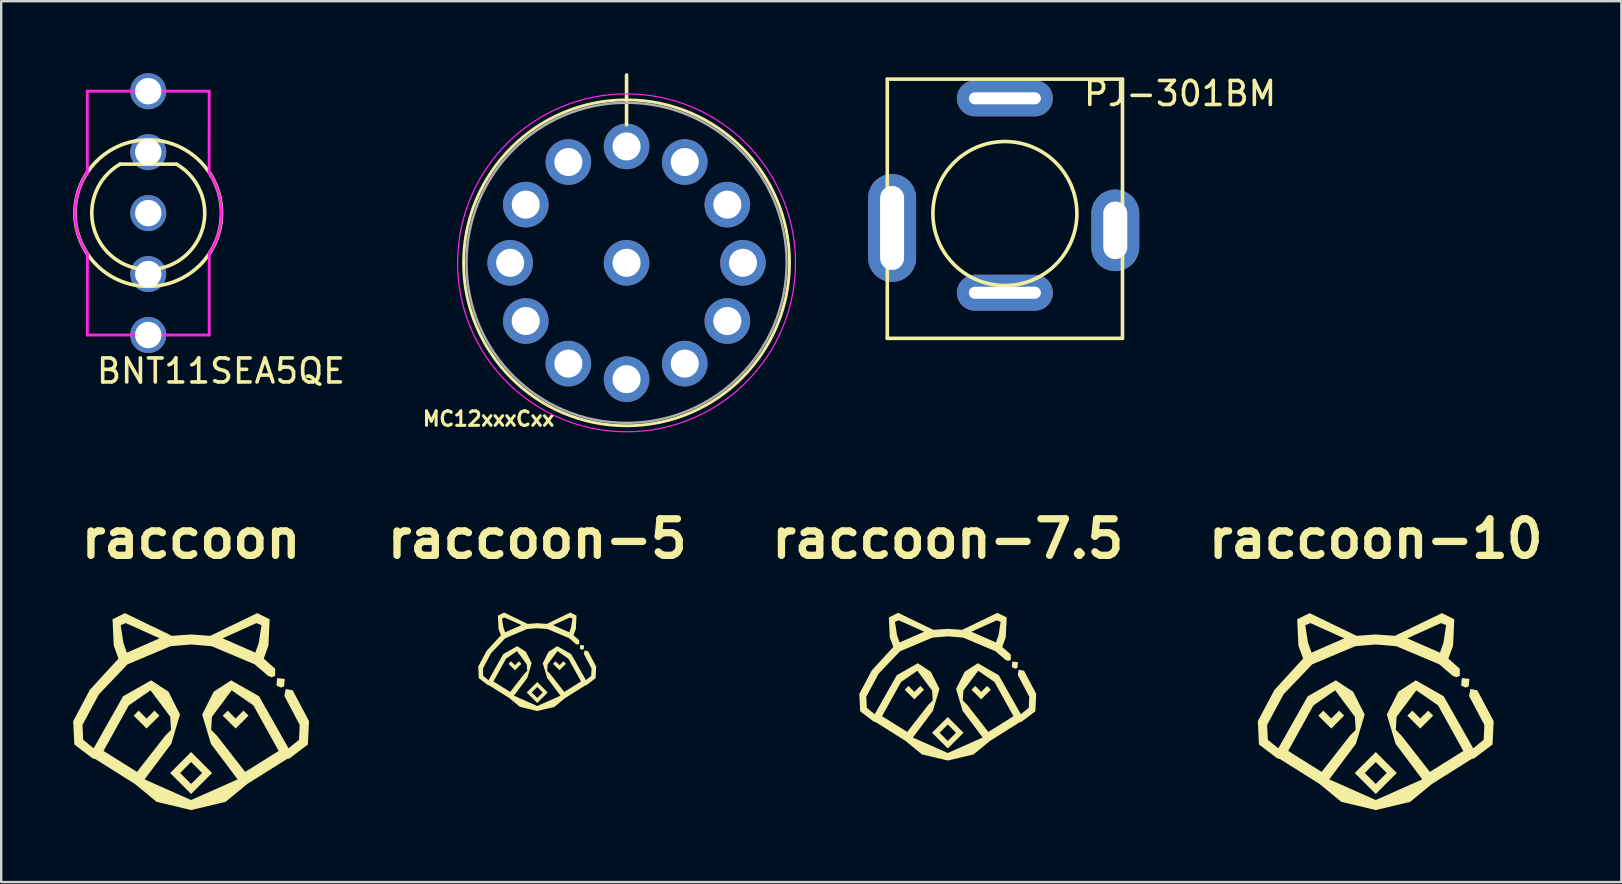
<source format=kicad_pcb>
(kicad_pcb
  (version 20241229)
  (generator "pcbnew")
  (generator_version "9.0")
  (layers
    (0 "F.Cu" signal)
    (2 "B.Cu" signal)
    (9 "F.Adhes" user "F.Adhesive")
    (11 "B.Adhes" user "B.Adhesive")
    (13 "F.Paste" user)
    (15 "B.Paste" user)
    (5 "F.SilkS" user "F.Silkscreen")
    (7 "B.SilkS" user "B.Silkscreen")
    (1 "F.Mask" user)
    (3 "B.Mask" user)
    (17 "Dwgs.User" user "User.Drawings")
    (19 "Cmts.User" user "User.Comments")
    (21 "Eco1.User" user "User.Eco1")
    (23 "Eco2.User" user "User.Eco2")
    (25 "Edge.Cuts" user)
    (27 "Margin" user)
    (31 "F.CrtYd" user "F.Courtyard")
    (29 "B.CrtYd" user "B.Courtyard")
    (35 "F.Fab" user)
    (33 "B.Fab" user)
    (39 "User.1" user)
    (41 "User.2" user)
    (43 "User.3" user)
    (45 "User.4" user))
  (footprint "raccoon"
    (layer "F.Cu")
    (at 4.913 26.578)
    (property "Reference" "raccoon" (at 0 -7.176 0) (layer "F.SilkS") (effects (font (size 1.524 1.524) (thickness 0.305))))
    (attr smd)
    (fp_poly (pts (xy 3.903 -1.315) (xy 3.881 -1.342) (xy 3.587 -1.372) (xy 3.557 -1.077) (xy 3.577 -1.053) (xy 3.74 -0.975) (xy 3.871 -1.021) (xy 3.903 -1.315)) (stroke (width 0) (type solid)) (fill yes) (layer "F.SilkS"))
    (fp_poly (pts (xy -1.526 -0.017) (xy -1.735 0.193) (xy -1.855 0.312) (xy -1.975 0.193) (xy -2.184 -0.017) (xy -2.393 0.193) (xy -1.855 0.73) (xy -1.317 0.193) (xy -1.526 -0.017)) (stroke (width 0) (type solid)) (fill yes) (layer "F.SilkS"))
    (fp_poly (pts (xy 2.184 -0.017) (xy 1.974 0.193) (xy 1.855 0.312) (xy 1.735 0.193) (xy 1.526 -0.017) (xy 1.317 0.193) (xy 1.855 0.73) (xy 2.393 0.193) (xy 2.184 -0.017)) (stroke (width 0) (type solid)) (fill yes) (layer "F.SilkS"))
    (fp_poly (pts (xy -0.00002 1.708) (xy -0.457 2.583) (xy -0.00002 2.126) (xy 0.457 2.583) (xy -0.00002 3.04) (xy -0.457 2.583) (xy -0.00002 1.708) (xy -0.875 2.583) (xy -0.00002 3.458) (xy 0.875 2.583) (xy -0.00002 1.708)) (stroke (width 0) (type solid)) (fill yes) (layer "F.SilkS"))
    (fp_poly (pts (xy 4.913 0.422) (xy 4.235 -0.861) (xy 3.945 -0.919) (xy 3.887 -0.629) (xy 4.526 0.581) (xy 4.497 1.199) (xy 4.061 1.555) (xy 2.254 2.537) (xy 1.08 1.033) (xy 0.836 0.786) (xy 0.87 0.239) (xy 1.69 -0.861) (xy 2.595 -0.236) (xy 3.649 1.664) (xy 2.254 2.537) (xy 4.061 1.555) (xy 2.832 -0.615) (xy 1.666 -1.278) (xy 0.94 -0.803) (xy 0.462 0.147) (xy 0.825 1.365) (xy 1.938 2.849) (xy -0.00002 3.709) (xy -1.938 2.849) (xy -3.649 1.664) (xy -2.595 -0.237) (xy -1.69 -0.861) (xy -0.87 0.238) (xy -0.836 0.786) (xy -1.08 1.033) (xy -2.254 2.537) (xy -3.649 1.664) (xy -1.938 2.849) (xy -0.825 1.365) (xy -0.462 0.146) (xy -0.94 -0.803) (xy -1.666 -1.278) (xy -2.833 -0.615) (xy -4.061 1.555) (xy -4.497 1.199) (xy -4.526 0.581) (xy -3.841 -0.696) (xy -2.676 -2.433) (xy -2.821 -2.842) (xy -2.935 -3.578) (xy -2.721 -3.663) (xy -1.312 -3.029) (xy -2.676 -2.433) (xy -3.841 -0.696) (xy -2.648 -1.945) (xy -0.856 -2.7) (xy 1.312 -3.029) (xy 2.721 -3.663) (xy 2.934 -3.578) (xy 2.821 -2.842) (xy 2.676 -2.433) (xy 1.312 -3.029) (xy -0.856 -2.7) (xy -0.00002 -2.772) (xy 0.856 -2.7) (xy 2.648 -1.945) (xy 3.207 -1.466) (xy 3.355 -1.405) (xy 3.502 -1.466) (xy 3.503 -1.762) (xy 3.027 -2.183) (xy 3.223 -2.726) (xy 3.274 -3.823) (xy 2.757 -4.079) (xy 0.8 -3.133) (xy 0.00002 -3.19) (xy -0.8 -3.133) (xy -2.757 -4.079) (xy -3.274 -3.823) (xy -3.223 -2.726) (xy -3.026 -2.183) (xy -4.221 -0.881) (xy -4.913 0.422) (xy -4.867 1.394) (xy -4.098 1.977) (xy -3.994 2.001) (xy -3.994 2.001) (xy -2.336 3.044) (xy -2.333 3.047) (xy -1.435 3.786) (xy 0.00002 4.128) (xy 1.435 3.786) (xy 2.333 3.047) (xy 2.336 3.044) (xy 3.994 2.001) (xy 3.994 2.001) (xy 3.995 2.001) (xy 4.098 1.977) (xy 4.867 1.394) (xy 4.913 0.422)) (stroke (width 0) (type solid)) (fill yes) (layer "F.SilkS")))
  (footprint "raccoon-5"
    (layer "F.Cu")
    (at 19.336 24.514)
    (property "Reference" "raccoon-5" (at 0 -5.112 0) (layer "F.SilkS") (effects (font (size 1.524 1.524) (thickness 0.305))))
    (attr smd)
    (fp_poly (pts (xy 1.951 -0.658) (xy 1.941 -0.671) (xy 1.793 -0.686) (xy 1.778 -0.539) (xy 1.788 -0.526) (xy 1.87 -0.487) (xy 1.935 -0.511) (xy 1.951 -0.658)) (stroke (width 0) (type solid)) (fill yes) (layer "F.SilkS"))
    (fp_poly (pts (xy -0.763 -0.008) (xy -0.868 0.096) (xy -0.928 0.156) (xy -0.987 0.096) (xy -1.092 -0.008) (xy -1.196 0.096) (xy -0.928 0.365) (xy -0.658 0.096) (xy -0.763 -0.008)) (stroke (width 0) (type solid)) (fill yes) (layer "F.SilkS"))
    (fp_poly (pts (xy 1.092 -0.008) (xy 0.987 0.096) (xy 0.928 0.156) (xy 0.868 0.096) (xy 0.763 -0.008) (xy 0.658 0.096) (xy 0.928 0.365) (xy 1.196 0.096) (xy 1.092 -0.008)) (stroke (width 0) (type solid)) (fill yes) (layer "F.SilkS"))
    (fp_poly (pts (xy -0.00001 0.854) (xy -0.228 1.291) (xy -0.00001 1.063) (xy 0.228 1.291) (xy -0.00001 1.52) (xy -0.228 1.291) (xy -0.00001 0.854) (xy -0.438 1.291) (xy -0.00001 1.729) (xy 0.438 1.291) (xy -0.00001 0.854)) (stroke (width 0) (type solid)) (fill yes) (layer "F.SilkS"))
    (fp_poly (pts (xy 2.457 0.211) (xy 2.118 -0.431) (xy 1.973 -0.46) (xy 1.944 -0.315) (xy 2.263 0.291) (xy 2.249 0.599) (xy 2.03 0.777) (xy 1.127 1.269) (xy 0.54 0.517) (xy 0.418 0.393) (xy 0.435 0.119) (xy 0.845 -0.43) (xy 1.298 -0.118) (xy 1.825 0.832) (xy 1.127 1.269) (xy 2.03 0.777) (xy 1.416 -0.307) (xy 0.833 -0.639) (xy 0.47 -0.402) (xy 0.231 0.073) (xy 0.412 0.683) (xy 0.969 1.425) (xy -0.00001 1.855) (xy -0.969 1.425) (xy -1.825 0.832) (xy -1.298 -0.118) (xy -0.845 -0.43) (xy -0.435 0.119) (xy -0.418 0.393) (xy -0.54 0.517) (xy -1.127 1.269) (xy -1.825 0.832) (xy -0.969 1.425) (xy -0.412 0.683) (xy -0.231 0.073) (xy -0.47 -0.402) (xy -0.833 -0.639) (xy -1.416 -0.307) (xy -2.03 0.778) (xy -2.249 0.599) (xy -2.263 0.291) (xy -1.921 -0.348) (xy -1.338 -1.217) (xy -1.411 -1.421) (xy -1.467 -1.789) (xy -1.36 -1.831) (xy -0.656 -1.515) (xy -1.338 -1.217) (xy -1.921 -0.348) (xy -1.324 -0.973) (xy -0.428 -1.35) (xy 0.656 -1.515) (xy 1.36 -1.831) (xy 1.467 -1.789) (xy 1.411 -1.421) (xy 1.338 -1.217) (xy 0.656 -1.515) (xy -0.428 -1.35) (xy -0.00001 -1.386) (xy 0.428 -1.35) (xy 1.324 -0.973) (xy 1.603 -0.733) (xy 1.677 -0.702) (xy 1.751 -0.733) (xy 1.751 -0.881) (xy 1.513 -1.092) (xy 1.612 -1.363) (xy 1.637 -1.911) (xy 1.378 -2.04) (xy 0.4 -1.566) (xy 0.00001 -1.595) (xy -0.4 -1.566) (xy -1.378 -2.04) (xy -1.637 -1.911) (xy -1.612 -1.363) (xy -1.513 -1.092) (xy -2.11 -0.441) (xy -2.457 0.211) (xy -2.434 0.697) (xy -2.049 0.989) (xy -1.997 1) (xy -1.997 1.001) (xy -1.168 1.522) (xy -1.166 1.523) (xy -0.717 1.893) (xy 0.00001 2.064) (xy 0.717 1.893) (xy 1.166 1.523) (xy 1.168 1.522) (xy 1.997 1.001) (xy 1.997 1) (xy 1.998 1) (xy 2.049 0.989) (xy 2.434 0.697) (xy 2.457 0.211)) (stroke (width 0) (type solid)) (fill yes) (layer "F.SilkS")))
  (footprint "raccoon-7.5"
    (layer "F.Cu")
    (at 36.444 25.546)
    (property "Reference" "raccoon-7.5" (at 0 -6.144 0) (layer "F.SilkS") (effects (font (size 1.524 1.524) (thickness 0.305))))
    (attr smd)
    (fp_poly (pts (xy 2.927 -0.987) (xy 2.911 -1.006) (xy 2.69 -1.029) (xy 2.668 -0.808) (xy 2.683 -0.79) (xy 2.805 -0.731) (xy 2.903 -0.766) (xy 2.927 -0.987)) (stroke (width 0) (type solid)) (fill yes) (layer "F.SilkS"))
    (fp_poly (pts (xy -1.145 -0.013) (xy -1.302 0.144) (xy -1.391 0.234) (xy -1.481 0.144) (xy -1.638 -0.013) (xy -1.795 0.144) (xy -1.391 0.548) (xy -0.988 0.144) (xy -1.145 -0.013)) (stroke (width 0) (type solid)) (fill yes) (layer "F.SilkS"))
    (fp_poly (pts (xy 1.638 -0.013) (xy 1.481 0.144) (xy 1.391 0.234) (xy 1.302 0.144) (xy 1.145 -0.013) (xy 0.988 0.144) (xy 1.391 0.548) (xy 1.795 0.144) (xy 1.638 -0.013)) (stroke (width 0) (type solid)) (fill yes) (layer "F.SilkS"))
    (fp_poly (pts (xy -0.000015 1.281) (xy -0.343 1.937) (xy -0.000015 1.595) (xy 0.343 1.937) (xy -0.000015 2.28) (xy -0.343 1.937) (xy -0.000015 1.281) (xy -0.656 1.937) (xy -0.000015 2.594) (xy 0.656 1.937) (xy -0.000015 1.281)) (stroke (width 0) (type solid)) (fill yes) (layer "F.SilkS"))
    (fp_poly (pts (xy 3.685 0.317) (xy 3.177 -0.646) (xy 2.959 -0.689) (xy 2.916 -0.472) (xy 3.395 0.436) (xy 3.373 0.899) (xy 3.046 1.166) (xy 1.69 1.903) (xy 0.81 0.775) (xy 0.627 0.59) (xy 0.652 0.179) (xy 1.268 -0.645) (xy 1.946 -0.177) (xy 2.737 1.248) (xy 1.69 1.903) (xy 3.046 1.166) (xy 2.124 -0.461) (xy 1.249 -0.959) (xy 0.705 -0.602) (xy 0.346 0.11) (xy 0.619 1.024) (xy 1.454 2.137) (xy -0.000015 2.782) (xy -1.454 2.137) (xy -2.737 1.248) (xy -1.946 -0.178) (xy -1.267 -0.645) (xy -0.653 0.179) (xy -0.627 0.59) (xy -0.81 0.775) (xy -1.69 1.903) (xy -2.737 1.248) (xy -1.454 2.137) (xy -0.619 1.024) (xy -0.346 0.11) (xy -0.705 -0.602) (xy -1.249 -0.959) (xy -2.124 -0.461) (xy -3.046 1.166) (xy -3.373 0.899) (xy -3.395 0.436) (xy -2.881 -0.522) (xy -2.007 -1.825) (xy -2.116 -2.132) (xy -2.201 -2.683) (xy -2.04 -2.747) (xy -0.984 -2.272) (xy -2.007 -1.825) (xy -2.881 -0.522) (xy -1.986 -1.459) (xy -0.642 -2.025) (xy 0.984 -2.272) (xy 2.04 -2.747) (xy 2.201 -2.684) (xy 2.116 -2.132) (xy 2.007 -1.825) (xy 0.984 -2.272) (xy -0.642 -2.025) (xy -0.000015 -2.079) (xy 0.642 -2.025) (xy 1.986 -1.459) (xy 2.405 -1.1) (xy 2.516 -1.054) (xy 2.627 -1.099) (xy 2.627 -1.321) (xy 2.27 -1.638) (xy 2.417 -2.044) (xy 2.456 -2.867) (xy 2.068 -3.06) (xy 0.6 -2.35) (xy 0.000015 -2.393) (xy -0.6 -2.35) (xy -2.068 -3.06) (xy -2.455 -2.867) (xy -2.417 -2.044) (xy -2.27 -1.637) (xy -3.166 -0.661) (xy -3.685 0.317) (xy -3.65 1.045) (xy -3.073 1.483) (xy -2.996 1.501) (xy -2.995 1.501) (xy -1.752 2.283) (xy -1.75 2.285) (xy -1.076 2.84) (xy 0.000015 3.096) (xy 1.076 2.84) (xy 1.75 2.285) (xy 1.752 2.283) (xy 2.995 1.501) (xy 2.996 1.501) (xy 2.996 1.501) (xy 3.073 1.483) (xy 3.65 1.045) (xy 3.685 0.317)) (stroke (width 0) (type solid)) (fill yes) (layer "F.SilkS")))
  (footprint "BNT11SEA5QE"
    (layer "F.Cu")
    (at 3.128 5.83)
    (property "Reference" "BNT11SEA5QE" (at 3.03 6.58 0) (layer "F.SilkS") (effects (font (size 1 1) (thickness 0.15))))
    (attr through_hole)
    (fp_line (start -1.175 -2.04) (end 1.176 -2.04) (stroke (width 0.15) (type solid)) (layer "F.SilkS"))
    (fp_arc (start 1.175634 -2.039635) (mid -0.000366 2.354193) (end -1.175 -2.04) (stroke (width 0.15) (type solid)) (layer "F.SilkS"))
    (fp_circle (center 0 0) (end 2.6 1.6) (stroke (width 0.15) (type solid)) (fill no) (layer "F.SilkS"))
    (fp_line (start -2.54 -5.08) (end -2.54 -1.694) (stroke (width 0.12) (type solid)) (layer "F.CrtYd"))
    (fp_line (start -2.538 1.697) (end -2.54 5.08) (stroke (width 0.12) (type solid)) (layer "F.CrtYd"))
    (fp_line (start 2.54 -5.08) (end -2.54 -5.08) (stroke (width 0.12) (type solid)) (layer "F.CrtYd"))
    (fp_line (start 2.54 -5.08) (end 2.535 -1.696) (stroke (width 0.12) (type solid)) (layer "F.CrtYd"))
    (fp_line (start 2.54 5.08) (end -2.54 5.08) (stroke (width 0.12) (type solid)) (layer "F.CrtYd"))
    (fp_line (start 2.54 5.08) (end 2.54 1.688) (stroke (width 0.12) (type solid)) (layer "F.CrtYd"))
    (fp_arc (start -2.537742 1.697018) (mid -3.052868 0.002033) (end -2.54 -1.693636) (stroke (width 0.12) (type solid)) (layer "F.CrtYd"))
    (fp_arc (start 2.534678 -1.696438) (mid 3.049995 -0.004795) (end 2.54 1.68846) (stroke (width 0.12) (type solid)) (layer "F.CrtYd"))
    (pad "1" thru_hole circle (at 0 2.54) (size 1.5 1.5) (drill 1.1) (layers "*.Cu" "*.Mask"))
    (pad "2" thru_hole circle (at 0 0) (size 1.5 1.5) (drill 1.1) (layers "*.Cu" "*.Mask"))
    (pad "3" thru_hole circle (at 0 -2.54) (size 1.5 1.5) (drill 1.1) (layers "*.Cu" "*.Mask"))
    (pad "4" thru_hole circle (at 0 -5.08) (size 1.5 1.5) (drill 1.1) (layers "*.Cu" "*.Mask"))
    (pad "4" thru_hole circle (at 0 5.08) (size 1.5 1.5) (drill 1.1) (layers "*.Cu" "*.Mask")))
  (footprint "raccoon-10"
    (layer "F.Cu")
    (at 54.278 26.578)
    (property "Reference" "raccoon-10" (at 0 -7.176 0) (layer "F.SilkS") (effects (font (size 1.524 1.524) (thickness 0.305))))
    (attr smd)
    (fp_poly (pts (xy 3.903 -1.315) (xy 3.881 -1.342) (xy 3.587 -1.372) (xy 3.557 -1.077) (xy 3.577 -1.053) (xy 3.74 -0.975) (xy 3.871 -1.021) (xy 3.903 -1.315)) (stroke (width 0) (type solid)) (fill yes) (layer "F.SilkS"))
    (fp_poly (pts (xy -1.526 -0.017) (xy -1.735 0.193) (xy -1.855 0.312) (xy -1.975 0.193) (xy -2.184 -0.017) (xy -2.393 0.193) (xy -1.855 0.73) (xy -1.317 0.193) (xy -1.526 -0.017)) (stroke (width 0) (type solid)) (fill yes) (layer "F.SilkS"))
    (fp_poly (pts (xy 2.184 -0.017) (xy 1.974 0.193) (xy 1.855 0.312) (xy 1.735 0.193) (xy 1.526 -0.017) (xy 1.317 0.193) (xy 1.855 0.73) (xy 2.393 0.193) (xy 2.184 -0.017)) (stroke (width 0) (type solid)) (fill yes) (layer "F.SilkS"))
    (fp_poly (pts (xy -0.00002 1.708) (xy -0.457 2.583) (xy -0.00002 2.126) (xy 0.457 2.583) (xy -0.00002 3.04) (xy -0.457 2.583) (xy -0.00002 1.708) (xy -0.875 2.583) (xy -0.00002 3.458) (xy 0.875 2.583) (xy -0.00002 1.708)) (stroke (width 0) (type solid)) (fill yes) (layer "F.SilkS"))
    (fp_poly (pts (xy 4.913 0.422) (xy 4.235 -0.861) (xy 3.945 -0.919) (xy 3.887 -0.629) (xy 4.526 0.581) (xy 4.497 1.199) (xy 4.061 1.555) (xy 2.254 2.537) (xy 1.08 1.033) (xy 0.836 0.786) (xy 0.87 0.239) (xy 1.69 -0.861) (xy 2.595 -0.236) (xy 3.649 1.664) (xy 2.254 2.537) (xy 4.061 1.555) (xy 2.832 -0.615) (xy 1.666 -1.278) (xy 0.94 -0.803) (xy 0.462 0.147) (xy 0.825 1.365) (xy 1.938 2.849) (xy -0.00002 3.709) (xy -1.938 2.849) (xy -3.649 1.664) (xy -2.595 -0.237) (xy -1.69 -0.861) (xy -0.87 0.238) (xy -0.836 0.786) (xy -1.08 1.033) (xy -2.254 2.537) (xy -3.649 1.664) (xy -1.938 2.849) (xy -0.825 1.365) (xy -0.462 0.146) (xy -0.94 -0.803) (xy -1.666 -1.278) (xy -2.833 -0.615) (xy -4.061 1.555) (xy -4.497 1.199) (xy -4.526 0.581) (xy -3.841 -0.696) (xy -2.676 -2.433) (xy -2.821 -2.842) (xy -2.935 -3.578) (xy -2.721 -3.663) (xy -1.312 -3.029) (xy -2.676 -2.433) (xy -3.841 -0.696) (xy -2.648 -1.945) (xy -0.856 -2.7) (xy 1.312 -3.029) (xy 2.721 -3.663) (xy 2.934 -3.578) (xy 2.821 -2.842) (xy 2.676 -2.433) (xy 1.312 -3.029) (xy -0.856 -2.7) (xy -0.00002 -2.772) (xy 0.856 -2.7) (xy 2.648 -1.945) (xy 3.207 -1.466) (xy 3.355 -1.405) (xy 3.502 -1.466) (xy 3.503 -1.762) (xy 3.027 -2.183) (xy 3.223 -2.726) (xy 3.274 -3.823) (xy 2.757 -4.079) (xy 0.8 -3.133) (xy 0.00002 -3.19) (xy -0.8 -3.133) (xy -2.757 -4.079) (xy -3.274 -3.823) (xy -3.223 -2.726) (xy -3.026 -2.183) (xy -4.221 -0.881) (xy -4.913 0.422) (xy -4.867 1.394) (xy -4.098 1.977) (xy -3.994 2.001) (xy -3.994 2.001) (xy -2.336 3.044) (xy -2.333 3.047) (xy -1.435 3.786) (xy 0.00002 4.128) (xy 1.435 3.786) (xy 2.333 3.047) (xy 2.336 3.044) (xy 3.994 2.001) (xy 3.994 2.001) (xy 3.995 2.001) (xy 4.098 1.977) (xy 4.867 1.394) (xy 4.913 0.422)) (stroke (width 0) (type solid)) (fill yes) (layer "F.SilkS")))
  (footprint "MC12xxxCxx"
    (layer "F.Cu")
    (at 23.059 7.902)
    (property "Reference" "MC12xxxCxx" (at -5.75 6.5 0) (layer "F.SilkS") (effects (font (size 0.6 0.6) (thickness 0.127))))
    (attr through_hole)
    (fp_line (start 0 -5.75) (end 0 -7.827) (stroke (width 0.15) (type solid)) (layer "F.SilkS"))
    (fp_circle (center 0 0) (end -1.757 -6.559) (stroke (width 0.12) (type solid)) (fill no) (layer "F.SilkS"))
    (fp_circle (center 0 0) (end -1.822 -6.8) (stroke (width 0.05) (type solid)) (fill no) (layer "F.CrtYd"))
    (fp_circle (center 0 0) (end -1.726 -6.443) (stroke (width 0.1) (type solid)) (fill no) (layer "F.Fab"))
    (pad "1" thru_hole oval (at 0 -4.85 90) (size 1.9 1.9) (drill 1.17) (layers "*.Cu" "*.Mask"))
    (pad "2" thru_hole oval (at 2.425 -4.2 90) (size 1.9 1.9) (drill 1.17) (layers "*.Cu" "*.Mask"))
    (pad "3" thru_hole oval (at 4.2 -2.425 90) (size 1.9 1.9) (drill 1.17) (layers "*.Cu" "*.Mask"))
    (pad "4" thru_hole oval (at 4.85 0 90) (size 1.9 1.9) (drill 1.17) (layers "*.Cu" "*.Mask"))
    (pad "5" thru_hole oval (at 4.2 2.425 90) (size 1.9 1.9) (drill 1.17) (layers "*.Cu" "*.Mask"))
    (pad "6" thru_hole oval (at 2.425 4.2 90) (size 1.9 1.9) (drill 1.17) (layers "*.Cu" "*.Mask"))
    (pad "7" thru_hole oval (at 0 4.85 90) (size 1.9 1.9) (drill 1.17) (layers "*.Cu" "*.Mask"))
    (pad "8" thru_hole oval (at -2.425 4.2 90) (size 1.9 1.9) (drill 1.17) (layers "*.Cu" "*.Mask"))
    (pad "9" thru_hole oval (at -4.2 2.425 90) (size 1.9 1.9) (drill 1.17) (layers "*.Cu" "*.Mask"))
    (pad "10" thru_hole oval (at -4.85 0 90) (size 1.9 1.9) (drill 1.17) (layers "*.Cu" "*.Mask"))
    (pad "11" thru_hole oval (at -4.2 -2.425 90) (size 1.9 1.9) (drill 1.17) (layers "*.Cu" "*.Mask"))
    (pad "12" thru_hole oval (at -2.425 -4.2 90) (size 1.9 1.9) (drill 1.17) (layers "*.Cu" "*.Mask"))
    (pad "13" thru_hole oval (at 0 0 90) (size 1.9 1.9) (drill 1.17) (layers "*.Cu" "*.Mask")))
  (footprint "PJ-301BM"
    (layer "F.Cu")
    (at 38.824 5.848)
    (property "Reference" "PJ-301BM" (at 7.3 -5 0) (layer "F.SilkS") (effects (font (size 1 1) (thickness 0.15))))
    (attr through_hole)
    (fp_line (start -4.9 -5.6) (end -4.9 5.2) (stroke (width 0.15) (type solid)) (layer "F.SilkS"))
    (fp_line (start -4.9 5.2) (end 4.9 5.2) (stroke (width 0.15) (type solid)) (layer "F.SilkS"))
    (fp_line (start 4.9 -5.6) (end -4.9 -5.6) (stroke (width 0.15) (type solid)) (layer "F.SilkS"))
    (fp_line (start 4.9 5.2) (end 4.9 -5.6) (stroke (width 0.15) (type solid)) (layer "F.SilkS"))
    (fp_circle (center 0 0) (end 3 0) (stroke (width 0.15) (type solid)) (fill no) (layer "F.SilkS"))
    (pad "S" thru_hole oval (at -4.7 0.6) (size 2 4.5) (drill oval 1 3.5) (layers "*.Cu" "*.Mask"))
    (pad "S" thru_hole oval (at 4.6 0.7) (size 2 3.4) (drill oval 1 2.4) (layers "*.Cu" "*.Mask"))
    (pad "T" thru_hole oval (at 0 -4.8) (size 4 1.5) (drill oval 3 0.5) (layers "*.Cu" "*.Mask"))
    (pad "TN" thru_hole oval (at 0 3.3) (size 4 1.5) (drill oval 3 0.5) (layers "*.Cu" "*.Mask")))
  (gr_rect
    (start -3 -3)
    (end 64.513 33.705)
    (stroke (width 0.1) (type default))
    (fill no)
    (layer "Edge.Cuts")))
</source>
